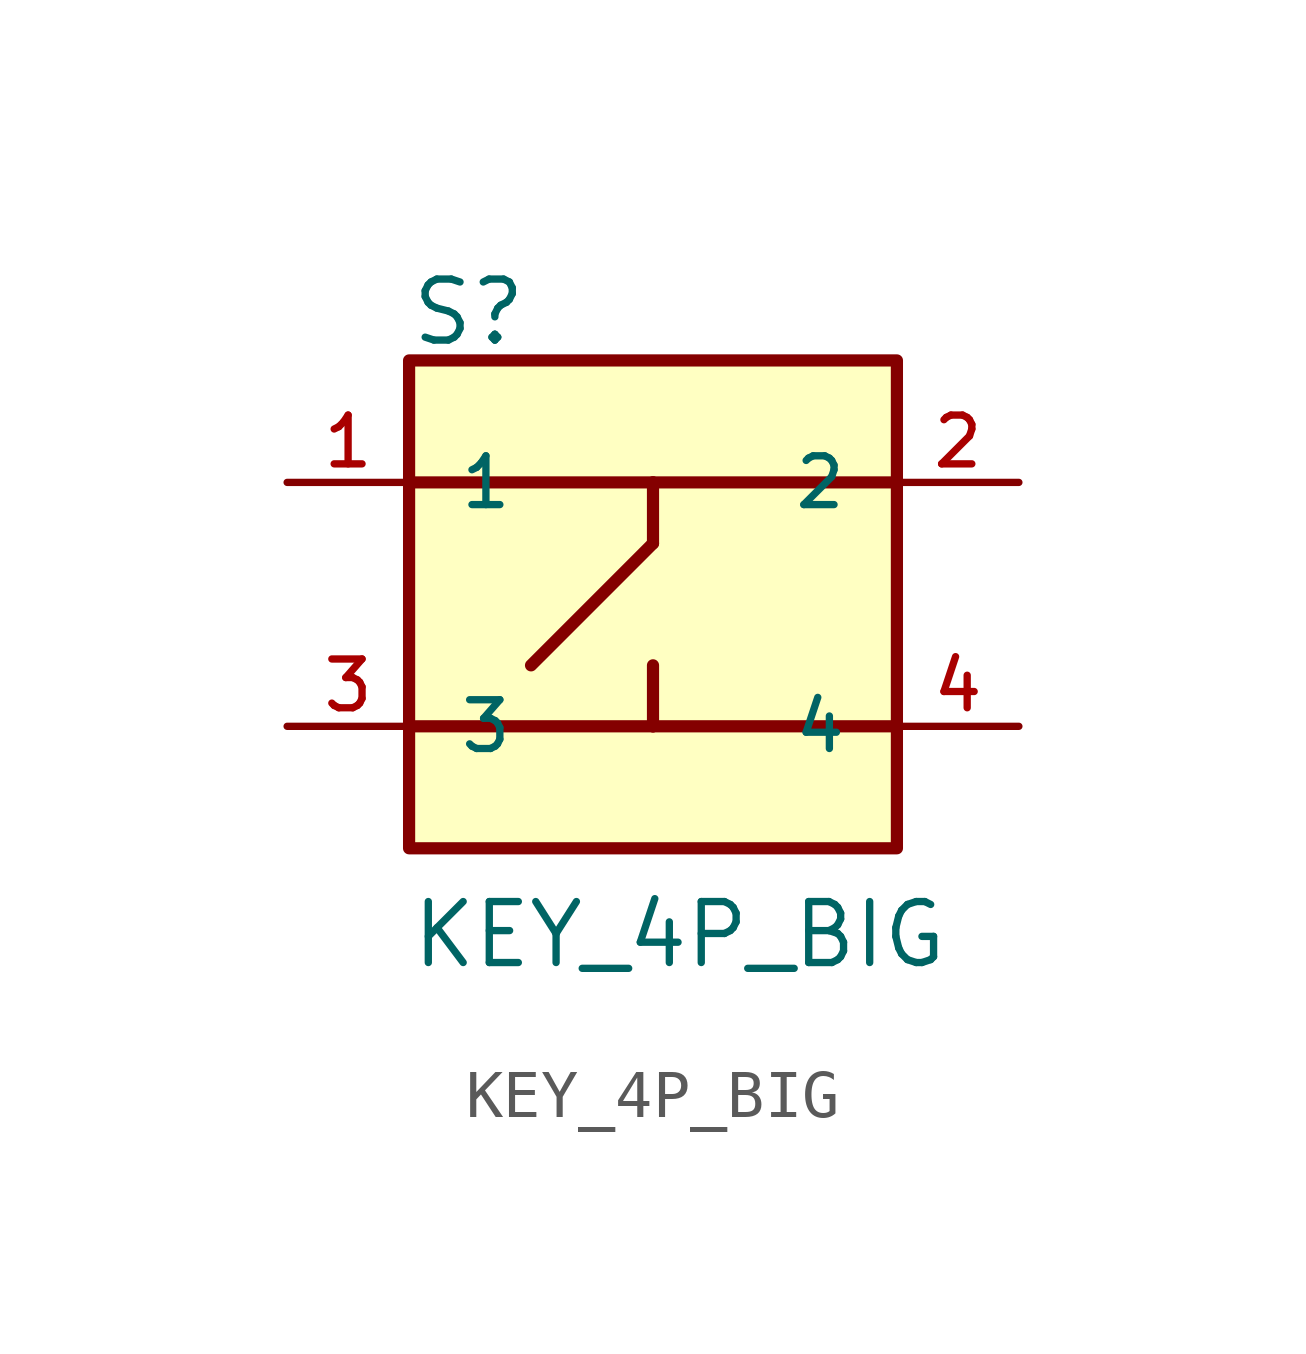
<source format=kicad_sym>
(kicad_symbol_lib
  (version 20211014)
  (generator kicad_symbol_editor)
  (symbol "KEY_4P_BIG"
    (pin_names
      (offset 1.016))
    (property "Reference" "S"
      (at -5.087 5.341 0)
      (effects (font (size 1.27 1.27)) (justify left bottom)))
    (property "Value" "KEY_4P_BIG"
      (at -5.082 -7.623 0)
      (effects (font (size 1.27 1.27)) (justify left bottom)))
    (symbol "KEY_4P_BIG_0_0"
      (rectangle (start -5.08 -5.08) (end 5.08 5.08) (stroke (width 0.254) (type default) (color 0 0 0 0)) (fill (type background)))
      (polyline (pts (xy -5.08 -2.54) (xy 0 -2.54)) (stroke (width 0.254) (type default) (color 0 0 0 0)) (fill (type none)))
      (polyline (pts (xy -5.08 2.54) (xy 0 2.54)) (stroke (width 0.254) (type default) (color 0 0 0 0)) (fill (type none)))
      (polyline (pts (xy 0 -2.54) (xy 0 -1.27)) (stroke (width 0.254) (type default) (color 0 0 0 0)) (fill (type none)))
      (polyline (pts (xy 0 -2.54) (xy 5.08 -2.54)) (stroke (width 0.254) (type default) (color 0 0 0 0)) (fill (type none)))
      (polyline (pts (xy 0 1.27) (xy -2.54 -1.27)) (stroke (width 0.254) (type default) (color 0 0 0 0)) (fill (type none)))
      (polyline (pts (xy 0 2.54) (xy 0 1.27)) (stroke (width 0.254) (type default) (color 0 0 0 0)) (fill (type none)))
      (polyline (pts (xy 0 2.54) (xy 5.08 2.54)) (stroke (width 0.254) (type default) (color 0 0 0 0)) (fill (type none)))
      (pin passive line (at -7.62 2.54 0) (length 2.54) (name "1" (effects (font (size 1.016 1.016)))) (number "1" (effects (font (size 1.016 1.016)))))
      (pin passive line (at 7.62 2.54 180) (length 2.54) (name "2" (effects (font (size 1.016 1.016)))) (number "2" (effects (font (size 1.016 1.016)))))
      (pin passive line (at -7.62 -2.54 0) (length 2.54) (name "3" (effects (font (size 1.016 1.016)))) (number "3" (effects (font (size 1.016 1.016)))))
      (pin passive line (at 7.62 -2.54 180) (length 2.54) (name "4" (effects (font (size 1.016 1.016)))) (number "4" (effects (font (size 1.016 1.016))))))))
</source>
